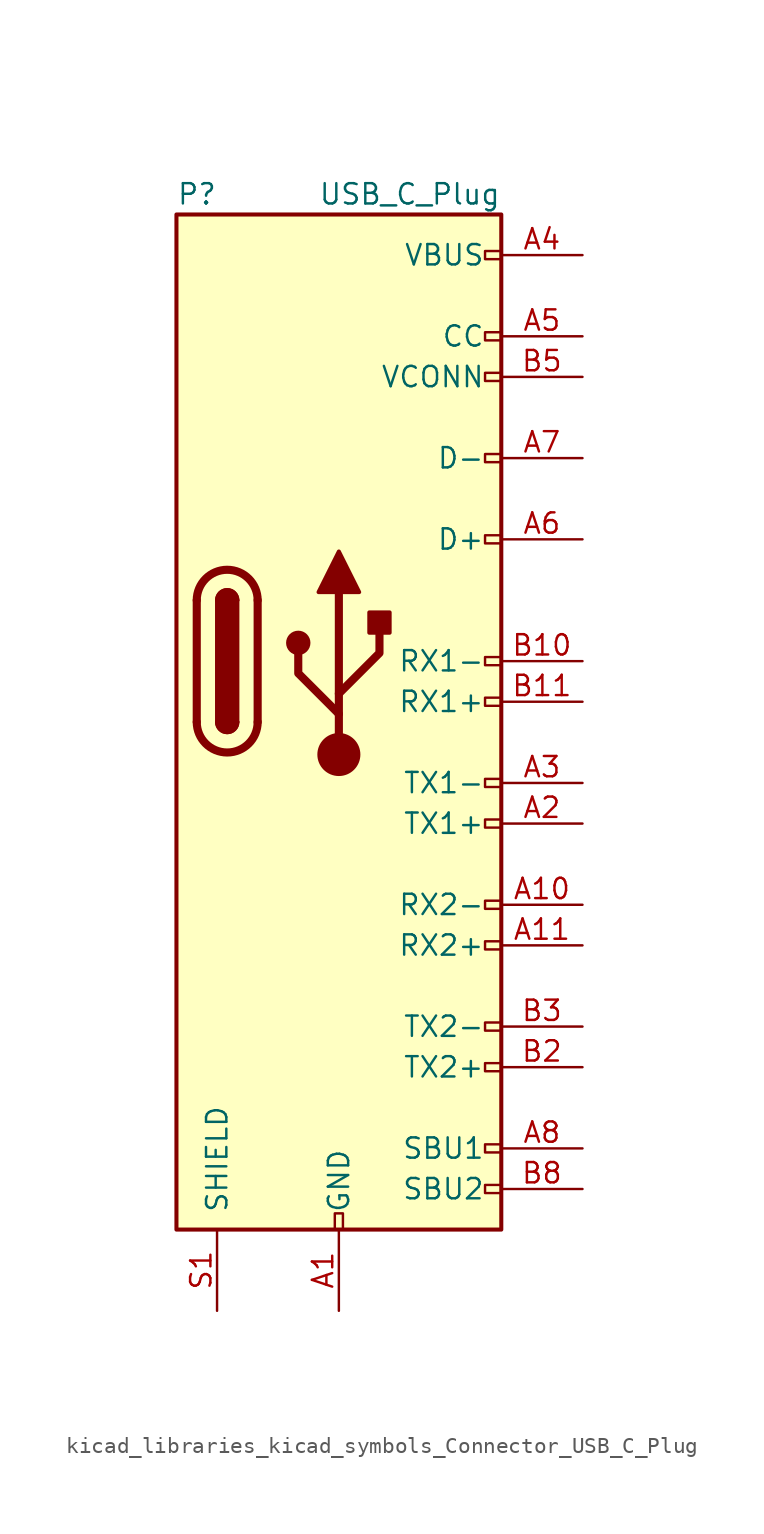
<source format=kicad_sym>
(kicad_symbol_lib
  (version 20220914)
  (generator kicad_symbol_editor)
  (symbol "kicad_libraries_kicad_symbols_Connector_USB_C_Plug"
    (pin_names
      (offset 1.016))
    (property "Reference" "P"
      (at -10.16 29.21 0)
      (effects (font (size 1.27 1.27)) (justify left)))
    (property "Value" "USB_C_Plug"
      (at 10.16 29.21 0)
      (effects (font (size 1.27 1.27)) (justify right)))
    (symbol "kicad_libraries_kicad_symbols_Connector_USB_C_Plug_0_0"
      (rectangle (start -0.254 -35.56) (end 0.254 -34.544) (stroke (width 0) (type default)) (fill (type none)))
      (rectangle (start 10.16 -32.766) (end 9.144 -33.274) (stroke (width 0) (type default)) (fill (type none)))
      (rectangle (start 10.16 -30.226) (end 9.144 -30.734) (stroke (width 0) (type default)) (fill (type none)))
      (rectangle (start 10.16 -25.146) (end 9.144 -25.654) (stroke (width 0) (type default)) (fill (type none)))
      (rectangle (start 10.16 -22.606) (end 9.144 -23.114) (stroke (width 0) (type default)) (fill (type none)))
      (rectangle (start 10.16 -17.526) (end 9.144 -18.034) (stroke (width 0) (type default)) (fill (type none)))
      (rectangle (start 10.16 -14.986) (end 9.144 -15.494) (stroke (width 0) (type default)) (fill (type none)))
      (rectangle (start 10.16 -9.906) (end 9.144 -10.414) (stroke (width 0) (type default)) (fill (type none)))
      (rectangle (start 10.16 -7.366) (end 9.144 -7.874) (stroke (width 0) (type default)) (fill (type none)))
      (rectangle (start 10.16 -2.286) (end 9.144 -2.794) (stroke (width 0) (type default)) (fill (type none)))
      (rectangle (start 10.16 0.254) (end 9.144 -0.254) (stroke (width 0) (type default)) (fill (type none)))
      (rectangle (start 10.16 7.874) (end 9.144 7.366) (stroke (width 0) (type default)) (fill (type none)))
      (rectangle (start 10.16 12.954) (end 9.144 12.446) (stroke (width 0) (type default)) (fill (type none)))
      (rectangle (start 10.16 18.034) (end 9.144 17.526) (stroke (width 0) (type default)) (fill (type none)))
      (rectangle (start 10.16 20.574) (end 9.144 20.066) (stroke (width 0) (type default)) (fill (type none)))
      (rectangle (start 10.16 25.654) (end 9.144 25.146) (stroke (width 0) (type default)) (fill (type none))))
    (symbol "kicad_libraries_kicad_symbols_Connector_USB_C_Plug_0_1"
      (rectangle (start -10.16 27.94) (end 10.16 -35.56) (stroke (width 0.254) (type default)) (fill (type background)))
      (arc (start -8.89 -3.81) (mid -6.985 -5.7067) (end -5.08 -3.81) (stroke (width 0.508) (type default)) (fill (type none)))
      (arc (start -7.62 -3.81) (mid -6.985 -4.4423) (end -6.35 -3.81) (stroke (width 0.254) (type default)) (fill (type none)))
      (arc (start -7.62 -3.81) (mid -6.985 -4.4423) (end -6.35 -3.81) (stroke (width 0.254) (type default)) (fill (type outline)))
      (rectangle (start -7.62 -3.81) (end -6.35 3.81) (stroke (width 0.254) (type default)) (fill (type outline)))
      (arc (start -6.35 3.81) (mid -6.985 4.4423) (end -7.62 3.81) (stroke (width 0.254) (type default)) (fill (type none)))
      (arc (start -6.35 3.81) (mid -6.985 4.4423) (end -7.62 3.81) (stroke (width 0.254) (type default)) (fill (type outline)))
      (arc (start -5.08 3.81) (mid -6.985 5.7067) (end -8.89 3.81) (stroke (width 0.508) (type default)) (fill (type none)))
      (polyline (pts (xy -8.89 -3.81) (xy -8.89 3.81)) (stroke (width 0.508) (type default)) (fill (type none)))
      (polyline (pts (xy -5.08 3.81) (xy -5.08 -3.81)) (stroke (width 0.508) (type default)) (fill (type none))))
    (symbol "kicad_libraries_kicad_symbols_Connector_USB_C_Plug_1_1"
      (circle (center -2.54 1.143) (radius 0.635) (stroke (width 0.254) (type default)) (fill (type outline)))
      (circle (center 0 -5.842) (radius 1.27) (stroke (width 0) (type default)) (fill (type outline)))
      (polyline (pts (xy 0 -5.842) (xy 0 4.318)) (stroke (width 0.508) (type default)) (fill (type none)))
      (polyline (pts (xy 0 -3.302) (xy -2.54 -0.762) (xy -2.54 0.508)) (stroke (width 0.508) (type default)) (fill (type none)))
      (polyline (pts (xy 0 -2.032) (xy 2.54 0.508) (xy 2.54 1.778)) (stroke (width 0.508) (type default)) (fill (type none)))
      (polyline (pts (xy -1.27 4.318) (xy 0 6.858) (xy 1.27 4.318) (xy -1.27 4.318)) (stroke (width 0.254) (type default)) (fill (type outline)))
      (rectangle (start 1.905 1.778) (end 3.175 3.048) (stroke (width 0.254) (type default)) (fill (type outline)))
      (pin passive line (at 0 -40.64 90) (length 5.08) (name "GND" (effects (font (size 1.27 1.27)))) (number "A1" (effects (font (size 1.27 1.27)))))
      (pin bidirectional line (at 15.24 -15.24 180) (length 5.08) (name "RX2-" (effects (font (size 1.27 1.27)))) (number "A10" (effects (font (size 1.27 1.27)))))
      (pin bidirectional line (at 15.24 -17.78 180) (length 5.08) (name "RX2+" (effects (font (size 1.27 1.27)))) (number "A11" (effects (font (size 1.27 1.27)))))
      (pin passive line (at 0 -40.64 90) (length 5.08) hide (name "GND" (effects (font (size 1.27 1.27)))) (number "A12" (effects (font (size 1.27 1.27)))))
      (pin bidirectional line (at 15.24 -10.16 180) (length 5.08) (name "TX1+" (effects (font (size 1.27 1.27)))) (number "A2" (effects (font (size 1.27 1.27)))))
      (pin bidirectional line (at 15.24 -7.62 180) (length 5.08) (name "TX1-" (effects (font (size 1.27 1.27)))) (number "A3" (effects (font (size 1.27 1.27)))))
      (pin passive line (at 15.24 25.4 180) (length 5.08) (name "VBUS" (effects (font (size 1.27 1.27)))) (number "A4" (effects (font (size 1.27 1.27)))))
      (pin bidirectional line (at 15.24 20.32 180) (length 5.08) (name "CC" (effects (font (size 1.27 1.27)))) (number "A5" (effects (font (size 1.27 1.27)))))
      (pin bidirectional line (at 15.24 7.62 180) (length 5.08) (name "D+" (effects (font (size 1.27 1.27)))) (number "A6" (effects (font (size 1.27 1.27)))))
      (pin bidirectional line (at 15.24 12.7 180) (length 5.08) (name "D-" (effects (font (size 1.27 1.27)))) (number "A7" (effects (font (size 1.27 1.27)))))
      (pin bidirectional line (at 15.24 -30.48 180) (length 5.08) (name "SBU1" (effects (font (size 1.27 1.27)))) (number "A8" (effects (font (size 1.27 1.27)))))
      (pin passive line (at 15.24 25.4 180) (length 5.08) hide (name "VBUS" (effects (font (size 1.27 1.27)))) (number "A9" (effects (font (size 1.27 1.27)))))
      (pin passive line (at 0 -40.64 90) (length 5.08) hide (name "GND" (effects (font (size 1.27 1.27)))) (number "B1" (effects (font (size 1.27 1.27)))))
      (pin bidirectional line (at 15.24 0 180) (length 5.08) (name "RX1-" (effects (font (size 1.27 1.27)))) (number "B10" (effects (font (size 1.27 1.27)))))
      (pin bidirectional line (at 15.24 -2.54 180) (length 5.08) (name "RX1+" (effects (font (size 1.27 1.27)))) (number "B11" (effects (font (size 1.27 1.27)))))
      (pin passive line (at 0 -40.64 90) (length 5.08) hide (name "GND" (effects (font (size 1.27 1.27)))) (number "B12" (effects (font (size 1.27 1.27)))))
      (pin bidirectional line (at 15.24 -25.4 180) (length 5.08) (name "TX2+" (effects (font (size 1.27 1.27)))) (number "B2" (effects (font (size 1.27 1.27)))))
      (pin bidirectional line (at 15.24 -22.86 180) (length 5.08) (name "TX2-" (effects (font (size 1.27 1.27)))) (number "B3" (effects (font (size 1.27 1.27)))))
      (pin passive line (at 15.24 25.4 180) (length 5.08) hide (name "VBUS" (effects (font (size 1.27 1.27)))) (number "B4" (effects (font (size 1.27 1.27)))))
      (pin bidirectional line (at 15.24 17.78 180) (length 5.08) (name "VCONN" (effects (font (size 1.27 1.27)))) (number "B5" (effects (font (size 1.27 1.27)))))
      (pin bidirectional line (at 15.24 -33.02 180) (length 5.08) (name "SBU2" (effects (font (size 1.27 1.27)))) (number "B8" (effects (font (size 1.27 1.27)))))
      (pin passive line (at 15.24 25.4 180) (length 5.08) hide (name "VBUS" (effects (font (size 1.27 1.27)))) (number "B9" (effects (font (size 1.27 1.27)))))
      (pin passive line (at -7.62 -40.64 90) (length 5.08) (name "SHIELD" (effects (font (size 1.27 1.27)))) (number "S1" (effects (font (size 1.27 1.27))))))))
</source>
